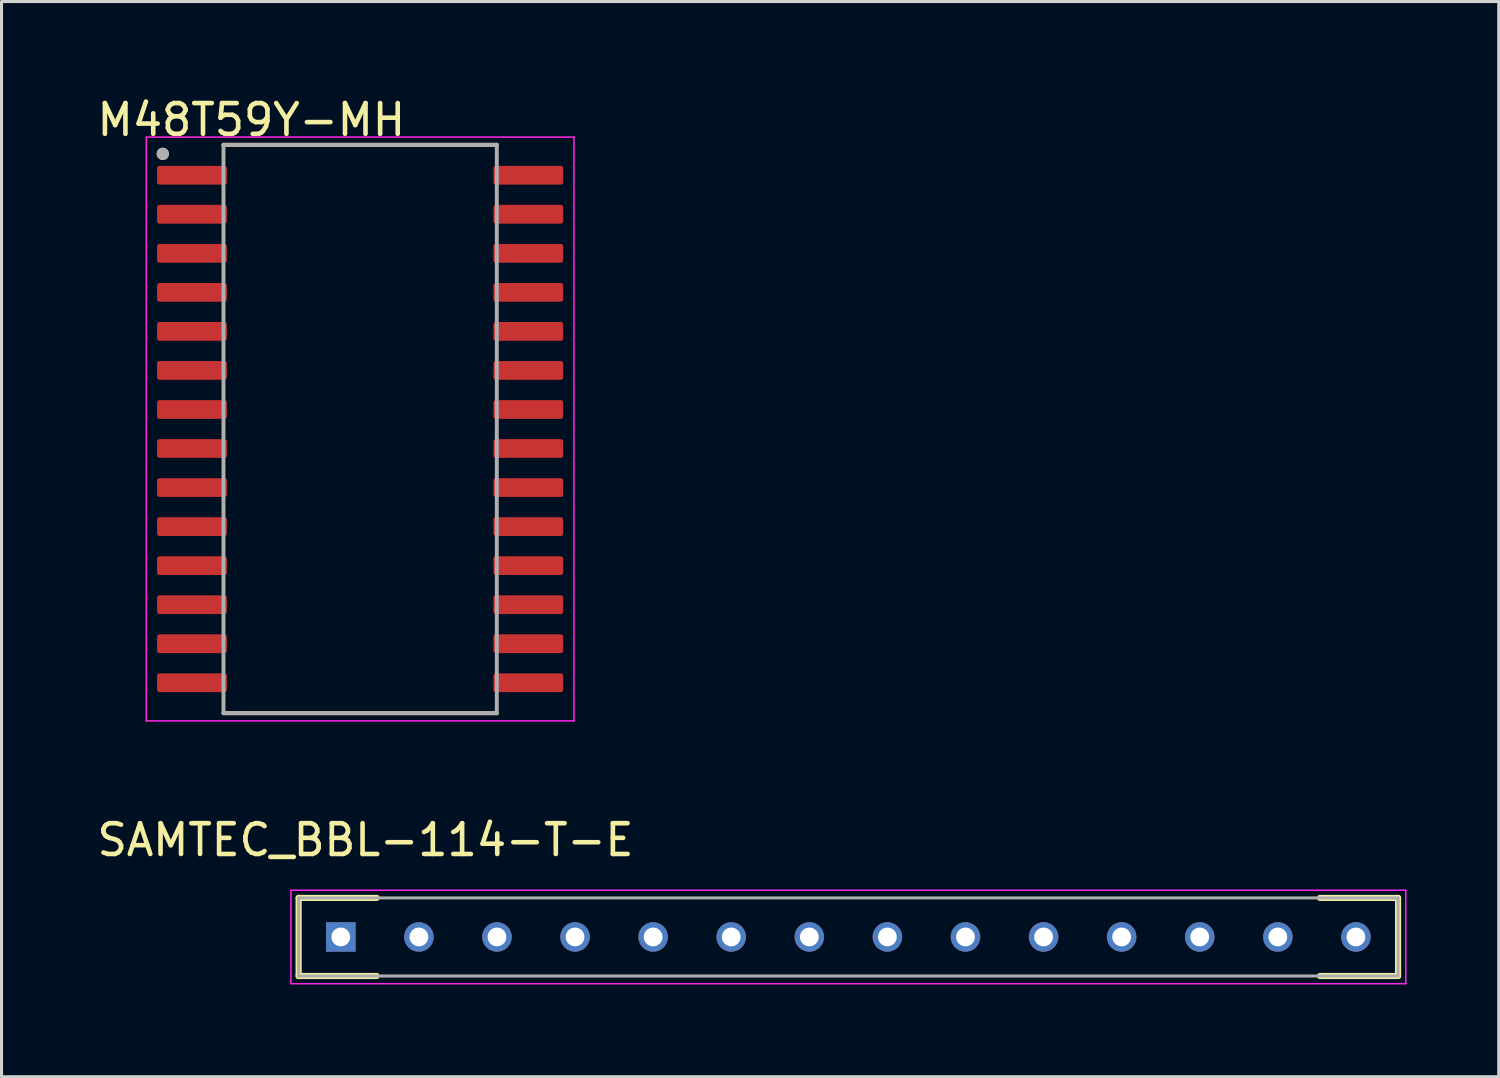
<source format=kicad_pcb>
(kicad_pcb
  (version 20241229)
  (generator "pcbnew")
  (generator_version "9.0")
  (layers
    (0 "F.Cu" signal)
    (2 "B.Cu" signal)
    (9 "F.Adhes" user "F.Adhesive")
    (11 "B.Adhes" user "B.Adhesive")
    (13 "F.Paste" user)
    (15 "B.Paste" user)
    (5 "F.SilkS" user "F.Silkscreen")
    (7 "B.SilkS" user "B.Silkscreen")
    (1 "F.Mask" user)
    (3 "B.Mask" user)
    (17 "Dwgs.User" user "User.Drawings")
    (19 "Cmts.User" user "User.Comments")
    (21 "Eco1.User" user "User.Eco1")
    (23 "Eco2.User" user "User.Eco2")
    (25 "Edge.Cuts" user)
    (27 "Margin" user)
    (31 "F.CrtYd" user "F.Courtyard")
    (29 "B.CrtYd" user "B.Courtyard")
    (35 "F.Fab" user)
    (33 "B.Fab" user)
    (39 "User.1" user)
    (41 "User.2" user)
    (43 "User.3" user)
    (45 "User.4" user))
  (footprint "SAMTEC_BBL-114-T-E"
    (layer "F.Cu")
    (at 8.036 27.428)
    (property "Reference" "SAMTEC_BBL-114-T-E" (at 0.803 -3.155 0) (layer "F.SilkS") (effects (font (size 1 1) (thickness 0.15))))
    (attr through_hole)
    (fp_line (start -1.372 -1.27) (end 1.168 -1.27) (stroke (width 0.2) (type solid)) (layer "F.SilkS"))
    (fp_line (start -1.372 1.27) (end -1.372 -1.27) (stroke (width 0.2) (type solid)) (layer "F.SilkS"))
    (fp_line (start -1.372 1.27) (end 1.168 1.27) (stroke (width 0.2) (type solid)) (layer "F.SilkS"))
    (fp_line (start 34.392 -1.27) (end 31.852 -1.27) (stroke (width 0.2) (type solid)) (layer "F.SilkS"))
    (fp_line (start 34.392 -1.27) (end 34.392 1.27) (stroke (width 0.2) (type solid)) (layer "F.SilkS"))
    (fp_line (start 34.392 1.27) (end 31.852 1.27) (stroke (width 0.2) (type solid)) (layer "F.SilkS"))
    (fp_line (start -1.622 -1.52) (end 34.642 -1.52) (stroke (width 0.05) (type solid)) (layer "F.CrtYd"))
    (fp_line (start -1.622 1.52) (end -1.622 -1.52) (stroke (width 0.05) (type solid)) (layer "F.CrtYd"))
    (fp_line (start 34.642 -1.52) (end 34.642 1.52) (stroke (width 0.05) (type solid)) (layer "F.CrtYd"))
    (fp_line (start 34.642 1.52) (end -1.622 1.52) (stroke (width 0.05) (type solid)) (layer "F.CrtYd"))
    (fp_line (start -1.372 -1.27) (end 34.392 -1.27) (stroke (width 0.1) (type solid)) (layer "F.Fab"))
    (fp_line (start -1.372 1.27) (end -1.372 -1.27) (stroke (width 0.1) (type solid)) (layer "F.Fab"))
    (fp_line (start 34.392 -1.27) (end 34.392 1.27) (stroke (width 0.1) (type solid)) (layer "F.Fab"))
    (fp_line (start 34.392 1.27) (end -1.372 1.27) (stroke (width 0.1) (type solid)) (layer "F.Fab"))
    (pad "1" thru_hole rect (at 0 0) (size 0.96 0.96) (drill 0.61) (layers "*.Cu" "*.Mask"))
    (pad "2" thru_hole circle (at 2.54 0) (size 0.96 0.96) (drill 0.61) (layers "*.Cu" "*.Mask"))
    (pad "3" thru_hole circle (at 5.08 0) (size 0.96 0.96) (drill 0.61) (layers "*.Cu" "*.Mask"))
    (pad "4" thru_hole circle (at 7.62 0) (size 0.96 0.96) (drill 0.61) (layers "*.Cu" "*.Mask"))
    (pad "5" thru_hole circle (at 10.16 0) (size 0.96 0.96) (drill 0.61) (layers "*.Cu" "*.Mask"))
    (pad "6" thru_hole circle (at 12.7 0) (size 0.96 0.96) (drill 0.61) (layers "*.Cu" "*.Mask"))
    (pad "7" thru_hole circle (at 15.24 0) (size 0.96 0.96) (drill 0.61) (layers "*.Cu" "*.Mask"))
    (pad "8" thru_hole circle (at 17.78 0) (size 0.96 0.96) (drill 0.61) (layers "*.Cu" "*.Mask"))
    (pad "9" thru_hole circle (at 20.32 0) (size 0.96 0.96) (drill 0.61) (layers "*.Cu" "*.Mask"))
    (pad "10" thru_hole circle (at 22.86 0) (size 0.96 0.96) (drill 0.61) (layers "*.Cu" "*.Mask"))
    (pad "11" thru_hole circle (at 25.4 0) (size 0.96 0.96) (drill 0.61) (layers "*.Cu" "*.Mask"))
    (pad "12" thru_hole circle (at 27.94 0) (size 0.96 0.96) (drill 0.61) (layers "*.Cu" "*.Mask"))
    (pad "13" thru_hole circle (at 30.48 0) (size 0.96 0.96) (drill 0.61) (layers "*.Cu" "*.Mask"))
    (pad "14" thru_hole circle (at 33.02 0) (size 0.96 0.96) (drill 0.61) (layers "*.Cu" "*.Mask")))
  (footprint "M48T59Y-MH"
    (layer "F.Cu")
    (at 8.665 10.905)
    (property "Reference" "M48T59Y-MH" (at -3.54 -10.057 0) (layer "F.SilkS") (effects (font (size 1 1) (thickness 0.15))))
    (attr smd)
    (fp_line (start -4.445 -9.245) (end 4.445 -9.245) (stroke (width 0.127) (type solid)) (layer "F.SilkS"))
    (fp_line (start -4.445 9.245) (end 4.445 9.245) (stroke (width 0.127) (type solid)) (layer "F.SilkS"))
    (fp_circle (center -6.42 -8.95) (end -6.32 -8.95) (stroke (width 0.2) (type solid)) (fill no) (layer "F.SilkS"))
    (fp_line (start -6.955 -9.495) (end -6.955 9.495) (stroke (width 0.05) (type solid)) (layer "F.CrtYd"))
    (fp_line (start -6.955 -9.495) (end 6.955 -9.495) (stroke (width 0.05) (type solid)) (layer "F.CrtYd"))
    (fp_line (start -6.955 9.495) (end 6.955 9.495) (stroke (width 0.05) (type solid)) (layer "F.CrtYd"))
    (fp_line (start 6.955 -9.495) (end 6.955 9.495) (stroke (width 0.05) (type solid)) (layer "F.CrtYd"))
    (fp_line (start -4.445 -9.245) (end -4.445 9.245) (stroke (width 0.127) (type solid)) (layer "F.Fab"))
    (fp_line (start -4.445 -9.245) (end 4.445 -9.245) (stroke (width 0.127) (type solid)) (layer "F.Fab"))
    (fp_line (start -4.445 9.245) (end 4.445 9.245) (stroke (width 0.127) (type solid)) (layer "F.Fab"))
    (fp_line (start 4.445 -9.245) (end 4.445 9.245) (stroke (width 0.127) (type solid)) (layer "F.Fab"))
    (fp_circle (center -6.42 -8.95) (end -6.32 -8.95) (stroke (width 0.2) (type solid)) (fill no) (layer "F.Fab"))
    (pad "1" smd roundrect (at -5.47 -8.255) (size 2.27 0.61) (layers "F.Cu" "F.Mask" "F.Paste") (roundrect_rratio 0.125))
    (pad "2" smd roundrect (at -5.47 -6.985) (size 2.27 0.61) (layers "F.Cu" "F.Mask" "F.Paste") (roundrect_rratio 0.125))
    (pad "3" smd roundrect (at -5.47 -5.715) (size 2.27 0.61) (layers "F.Cu" "F.Mask" "F.Paste") (roundrect_rratio 0.125))
    (pad "4" smd roundrect (at -5.47 -4.445) (size 2.27 0.61) (layers "F.Cu" "F.Mask" "F.Paste") (roundrect_rratio 0.125))
    (pad "5" smd roundrect (at -5.47 -3.175) (size 2.27 0.61) (layers "F.Cu" "F.Mask" "F.Paste") (roundrect_rratio 0.125))
    (pad "6" smd roundrect (at -5.47 -1.905) (size 2.27 0.61) (layers "F.Cu" "F.Mask" "F.Paste") (roundrect_rratio 0.125))
    (pad "7" smd roundrect (at -5.47 -0.635) (size 2.27 0.61) (layers "F.Cu" "F.Mask" "F.Paste") (roundrect_rratio 0.125))
    (pad "8" smd roundrect (at -5.47 0.635) (size 2.27 0.61) (layers "F.Cu" "F.Mask" "F.Paste") (roundrect_rratio 0.125))
    (pad "9" smd roundrect (at -5.47 1.905) (size 2.27 0.61) (layers "F.Cu" "F.Mask" "F.Paste") (roundrect_rratio 0.125))
    (pad "10" smd roundrect (at -5.47 3.175) (size 2.27 0.61) (layers "F.Cu" "F.Mask" "F.Paste") (roundrect_rratio 0.125))
    (pad "11" smd roundrect (at -5.47 4.445) (size 2.27 0.61) (layers "F.Cu" "F.Mask" "F.Paste") (roundrect_rratio 0.125))
    (pad "12" smd roundrect (at -5.47 5.715) (size 2.27 0.61) (layers "F.Cu" "F.Mask" "F.Paste") (roundrect_rratio 0.125))
    (pad "13" smd roundrect (at -5.47 6.985) (size 2.27 0.61) (layers "F.Cu" "F.Mask" "F.Paste") (roundrect_rratio 0.125))
    (pad "14" smd roundrect (at -5.47 8.255) (size 2.27 0.61) (layers "F.Cu" "F.Mask" "F.Paste") (roundrect_rratio 0.125))
    (pad "15" smd roundrect (at 5.47 8.255) (size 2.27 0.61) (layers "F.Cu" "F.Mask" "F.Paste") (roundrect_rratio 0.125))
    (pad "16" smd roundrect (at 5.47 6.985) (size 2.27 0.61) (layers "F.Cu" "F.Mask" "F.Paste") (roundrect_rratio 0.125))
    (pad "17" smd roundrect (at 5.47 5.715) (size 2.27 0.61) (layers "F.Cu" "F.Mask" "F.Paste") (roundrect_rratio 0.125))
    (pad "18" smd roundrect (at 5.47 4.445) (size 2.27 0.61) (layers "F.Cu" "F.Mask" "F.Paste") (roundrect_rratio 0.125))
    (pad "19" smd roundrect (at 5.47 3.175) (size 2.27 0.61) (layers "F.Cu" "F.Mask" "F.Paste") (roundrect_rratio 0.125))
    (pad "20" smd roundrect (at 5.47 1.905) (size 2.27 0.61) (layers "F.Cu" "F.Mask" "F.Paste") (roundrect_rratio 0.125))
    (pad "21" smd roundrect (at 5.47 0.635) (size 2.27 0.61) (layers "F.Cu" "F.Mask" "F.Paste") (roundrect_rratio 0.125))
    (pad "22" smd roundrect (at 5.47 -0.635) (size 2.27 0.61) (layers "F.Cu" "F.Mask" "F.Paste") (roundrect_rratio 0.125))
    (pad "23" smd roundrect (at 5.47 -1.905) (size 2.27 0.61) (layers "F.Cu" "F.Mask" "F.Paste") (roundrect_rratio 0.125))
    (pad "24" smd roundrect (at 5.47 -3.175) (size 2.27 0.61) (layers "F.Cu" "F.Mask" "F.Paste") (roundrect_rratio 0.125))
    (pad "25" smd roundrect (at 5.47 -4.445) (size 2.27 0.61) (layers "F.Cu" "F.Mask" "F.Paste") (roundrect_rratio 0.125))
    (pad "26" smd roundrect (at 5.47 -5.715) (size 2.27 0.61) (layers "F.Cu" "F.Mask" "F.Paste") (roundrect_rratio 0.125))
    (pad "27" smd roundrect (at 5.47 -6.985) (size 2.27 0.61) (layers "F.Cu" "F.Mask" "F.Paste") (roundrect_rratio 0.125))
    (pad "28" smd roundrect (at 5.47 -8.255) (size 2.27 0.61) (layers "F.Cu" "F.Mask" "F.Paste") (roundrect_rratio 0.125)))
  (gr_rect
    (start -3 -3)
    (end 45.703 31.974)
    (stroke (width 0.1) (type default))
    (fill no)
    (layer "Edge.Cuts")))
</source>
